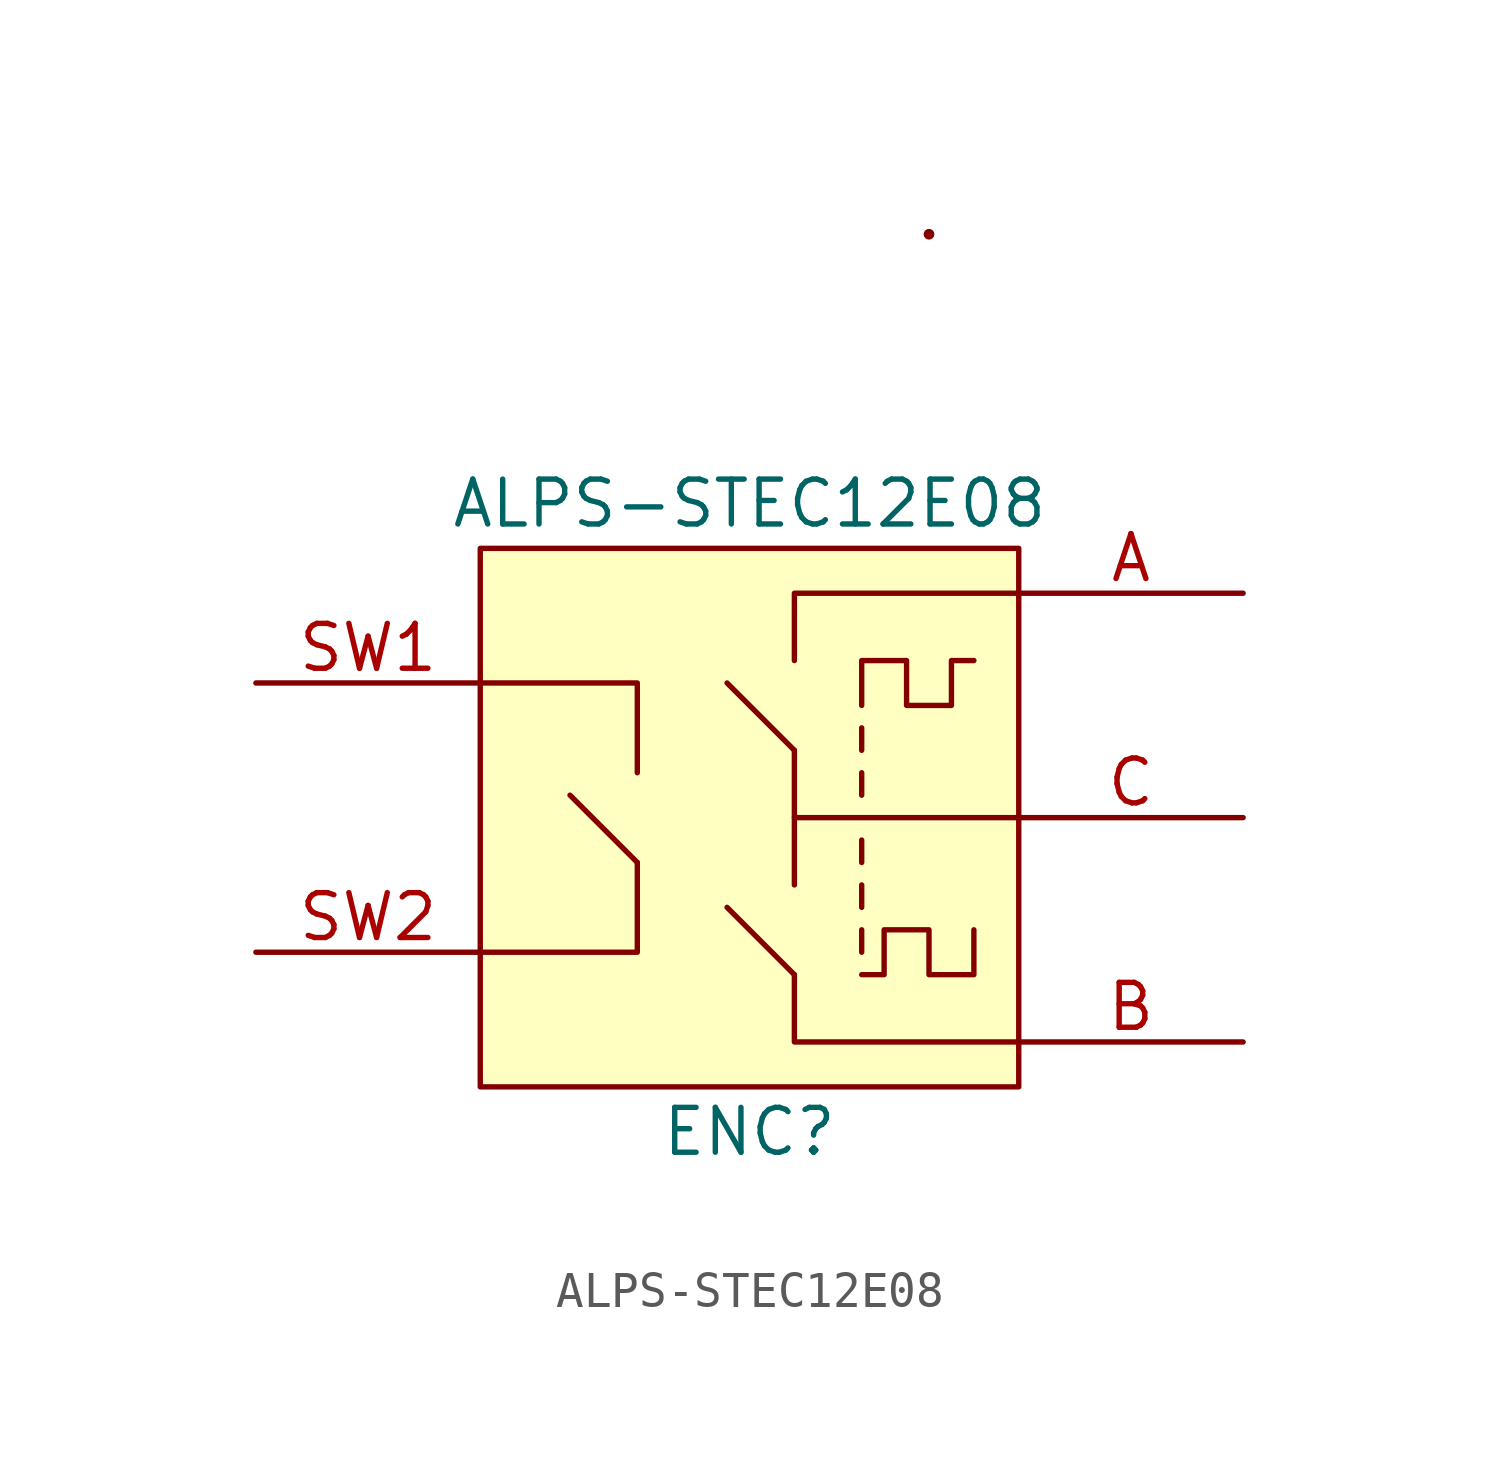
<source format=kicad_sym>
(kicad_symbol_lib
  (version 20220914)
  (generator kicad_symbol_editor)
  (symbol "ALPS-STEC12E08"
    (pin_names
      (offset 1.016))
    (property "Reference" "ENC"
      (at 0 -8.89 0)
      (effects (font (size 1.27 1.27))))
    (property "Value" "ALPS-STEC12E08"
      (at 0 8.89 0)
      (effects (font (size 1.27 1.27))))
    (property "Footprint" ""
      (at 0 0 0)
      (effects (font (size 1.524 1.524))))
    (property "Datasheet" ""
      (at 0 0 0)
      (effects (font (size 1.524 1.524))))
    (symbol "ALPS-STEC12E08_0_1"
      (rectangle (start -7.62 -7.62) (end 7.62 7.62) (stroke (width 0) (type solid)) (fill (type background)))
      (polyline (pts (xy -3.175 -1.27) (xy -5.08 0.635)) (stroke (width 0) (type solid)) (fill (type none)))
      (polyline (pts (xy 1.27 -4.445) (xy -0.635 -2.54)) (stroke (width 0) (type solid)) (fill (type none)))
      (polyline (pts (xy 1.27 0) (xy 7.62 0)) (stroke (width 0) (type solid)) (fill (type none)))
      (polyline (pts (xy 1.27 1.905) (xy -0.635 3.81)) (stroke (width 0) (type solid)) (fill (type none)))
      (polyline (pts (xy 1.27 1.905) (xy 1.27 -1.905)) (stroke (width 0) (type solid)) (fill (type none)))
      (polyline (pts (xy 3.175 -3.175) (xy 3.175 -3.81)) (stroke (width 0) (type solid)) (fill (type none)))
      (polyline (pts (xy 3.175 -1.905) (xy 3.175 -2.54)) (stroke (width 0) (type solid)) (fill (type none)))
      (polyline (pts (xy 3.175 -0.635) (xy 3.175 -1.27)) (stroke (width 0) (type solid)) (fill (type none)))
      (polyline (pts (xy 3.175 1.27) (xy 3.175 0.635)) (stroke (width 0) (type solid)) (fill (type none)))
      (polyline (pts (xy 3.175 2.54) (xy 3.175 1.905)) (stroke (width 0) (type solid)) (fill (type none)))
      (polyline (pts (xy -3.175 -1.27) (xy -3.175 -3.81) (xy -7.62 -3.81)) (stroke (width 0) (type solid)) (fill (type none)))
      (polyline (pts (xy -3.175 1.27) (xy -3.175 3.81) (xy -7.62 3.81)) (stroke (width 0) (type solid)) (fill (type none)))
      (polyline (pts (xy 1.27 -4.445) (xy 1.27 -6.35) (xy 7.62 -6.35)) (stroke (width 0) (type solid)) (fill (type none)))
      (polyline (pts (xy 1.27 4.445) (xy 1.27 6.35) (xy 7.62 6.35)) (stroke (width 0) (type solid)) (fill (type none)))
      (polyline (pts (xy 3.175 -4.445) (xy 3.81 -4.445) (xy 3.81 -3.175) (xy 5.08 -3.175) (xy 5.08 -4.445) (xy 6.35 -4.445) (xy 6.35 -3.175)) (stroke (width 0) (type solid)) (fill (type none)))
      (polyline (pts (xy 3.175 3.175) (xy 3.175 4.445) (xy 4.445 4.445) (xy 4.445 3.175) (xy 5.715 3.175) (xy 5.715 4.445) (xy 6.35 4.445)) (stroke (width 0) (type solid)) (fill (type none)))
      (circle (center 5.08 16.51) (radius 0.0001) (stroke (width 0) (type solid)) (fill (type none))))
    (symbol "ALPS-STEC12E08_1_1"
      (pin passive line (at 13.97 6.35 180) (length 6.35) (name "~" (effects (font (size 1.27 1.27)))) (number "A" (effects (font (size 1.27 1.27)))))
      (pin passive line (at 13.97 -6.35 180) (length 6.35) (name "~" (effects (font (size 1.27 1.27)))) (number "B" (effects (font (size 1.27 1.27)))))
      (pin passive line (at 13.97 0 180) (length 6.35) (name "~" (effects (font (size 1.27 1.27)))) (number "C" (effects (font (size 1.27 1.27)))))
      (pin passive line (at -13.97 3.81 0) (length 6.35) (name "~" (effects (font (size 1.27 1.27)))) (number "SW1" (effects (font (size 1.27 1.27)))))
      (pin passive line (at -13.97 -3.81 0) (length 6.35) (name "~" (effects (font (size 1.27 1.27)))) (number "SW2" (effects (font (size 1.27 1.27))))))))
</source>
